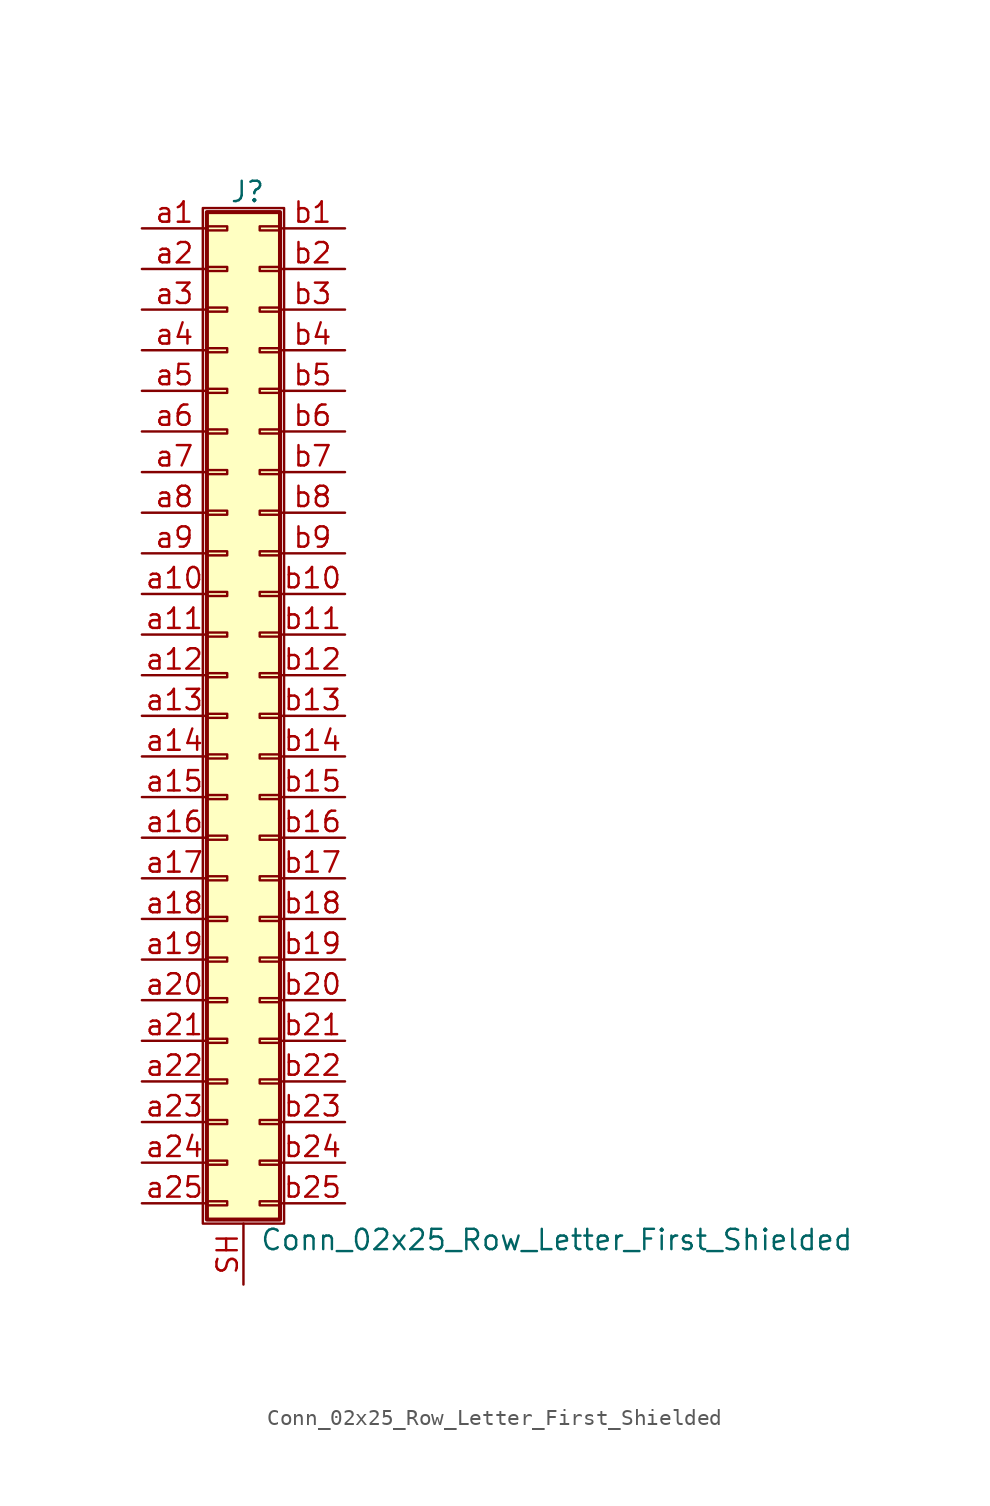
<source format=kicad_sym>
(kicad_symbol_lib
  (version 20201005)
  (generator kicad_symbol_editor)
  (symbol "Connector_Generic_Shielded:Conn_02x25_Row_Letter_First_Shielded"
    (pin_names
      (offset 1.016) hide)
    (property "Reference" "J"
      (at 1.524 32.766 0)
      (effects (font (size 1.27 1.27))))
    (property "Value" "Conn_02x25_Row_Letter_First_Shielded"
      (at 2.286 -32.766 0)
      (effects (font (size 1.27 1.27)) (justify left)))
    (symbol "Conn_02x25_Row_Letter_First_Shielded_1_1"
      (rectangle (start -1.016 -27.813) (end 0.254 -28.067) (stroke (width 0.152)) (fill (type none)))
      (rectangle (start -1.016 -30.353) (end 0.254 -30.607) (stroke (width 0.152)) (fill (type none)))
      (rectangle (start -1.016 -4.953) (end 0.254 -5.207) (stroke (width 0.152)) (fill (type none)))
      (rectangle (start -1.016 -7.493) (end 0.254 -7.747) (stroke (width 0.152)) (fill (type none)))
      (rectangle (start -1.016 -10.033) (end 0.254 -10.287) (stroke (width 0.152)) (fill (type none)))
      (rectangle (start -1.016 -12.573) (end 0.254 -12.827) (stroke (width 0.152)) (fill (type none)))
      (rectangle (start -1.016 -15.113) (end 0.254 -15.367) (stroke (width 0.152)) (fill (type none)))
      (rectangle (start -1.016 -17.653) (end 0.254 -17.907) (stroke (width 0.152)) (fill (type none)))
      (rectangle (start -1.016 -20.193) (end 0.254 -20.447) (stroke (width 0.152)) (fill (type none)))
      (rectangle (start -1.016 -22.733) (end 0.254 -22.987) (stroke (width 0.152)) (fill (type none)))
      (rectangle (start -1.016 -2.413) (end 0.254 -2.667) (stroke (width 0.152)) (fill (type none)))
      (rectangle (start -1.016 -25.273) (end 0.254 -25.527) (stroke (width 0.152)) (fill (type none)))
      (rectangle (start -1.016 25.527) (end 0.254 25.273) (stroke (width 0.152)) (fill (type none)))
      (rectangle (start -1.016 2.667) (end 0.254 2.413) (stroke (width 0.152)) (fill (type none)))
      (rectangle (start -1.016 28.067) (end 0.254 27.813) (stroke (width 0.152)) (fill (type none)))
      (rectangle (start -1.016 30.607) (end 0.254 30.353) (stroke (width 0.152)) (fill (type none)))
      (rectangle (start -1.016 31.496) (end 3.556 -31.496) (stroke (width 0.254)) (fill (type background)))
      (rectangle (start -1.016 5.207) (end 0.254 4.953) (stroke (width 0.152)) (fill (type none)))
      (rectangle (start -1.016 7.747) (end 0.254 7.493) (stroke (width 0.152)) (fill (type none)))
      (rectangle (start -1.016 10.287) (end 0.254 10.033) (stroke (width 0.152)) (fill (type none)))
      (rectangle (start -1.016 0.127) (end 0.254 -0.127) (stroke (width 0.152)) (fill (type none)))
      (rectangle (start -1.016 12.827) (end 0.254 12.573) (stroke (width 0.152)) (fill (type none)))
      (rectangle (start -1.016 15.367) (end 0.254 15.113) (stroke (width 0.152)) (fill (type none)))
      (rectangle (start -1.016 17.907) (end 0.254 17.653) (stroke (width 0.152)) (fill (type none)))
      (rectangle (start -1.016 20.447) (end 0.254 20.193) (stroke (width 0.152)) (fill (type none)))
      (rectangle (start -1.016 22.987) (end 0.254 22.733) (stroke (width 0.152)) (fill (type none)))
      (rectangle (start -1.27 31.75) (end 3.81 -31.75) (stroke (width 0.152)) (fill (type none)))
      (rectangle (start 3.556 -27.813) (end 2.286 -28.067) (stroke (width 0.152)) (fill (type none)))
      (rectangle (start 3.556 -30.353) (end 2.286 -30.607) (stroke (width 0.152)) (fill (type none)))
      (rectangle (start 3.556 -4.953) (end 2.286 -5.207) (stroke (width 0.152)) (fill (type none)))
      (rectangle (start 3.556 -7.493) (end 2.286 -7.747) (stroke (width 0.152)) (fill (type none)))
      (rectangle (start 3.556 -10.033) (end 2.286 -10.287) (stroke (width 0.152)) (fill (type none)))
      (rectangle (start 3.556 -12.573) (end 2.286 -12.827) (stroke (width 0.152)) (fill (type none)))
      (rectangle (start 3.556 -15.113) (end 2.286 -15.367) (stroke (width 0.152)) (fill (type none)))
      (rectangle (start 3.556 -17.653) (end 2.286 -17.907) (stroke (width 0.152)) (fill (type none)))
      (rectangle (start 3.556 -20.193) (end 2.286 -20.447) (stroke (width 0.152)) (fill (type none)))
      (rectangle (start 3.556 -22.733) (end 2.286 -22.987) (stroke (width 0.152)) (fill (type none)))
      (rectangle (start 3.556 -2.413) (end 2.286 -2.667) (stroke (width 0.152)) (fill (type none)))
      (rectangle (start 3.556 -25.273) (end 2.286 -25.527) (stroke (width 0.152)) (fill (type none)))
      (rectangle (start 3.556 25.527) (end 2.286 25.273) (stroke (width 0.152)) (fill (type none)))
      (rectangle (start 3.556 2.667) (end 2.286 2.413) (stroke (width 0.152)) (fill (type none)))
      (rectangle (start 3.556 28.067) (end 2.286 27.813) (stroke (width 0.152)) (fill (type none)))
      (rectangle (start 3.556 30.607) (end 2.286 30.353) (stroke (width 0.152)) (fill (type none)))
      (rectangle (start 3.556 5.207) (end 2.286 4.953) (stroke (width 0.152)) (fill (type none)))
      (rectangle (start 3.556 7.747) (end 2.286 7.493) (stroke (width 0.152)) (fill (type none)))
      (rectangle (start 3.556 10.287) (end 2.286 10.033) (stroke (width 0.152)) (fill (type none)))
      (rectangle (start 3.556 0.127) (end 2.286 -0.127) (stroke (width 0.152)) (fill (type none)))
      (rectangle (start 3.556 12.827) (end 2.286 12.573) (stroke (width 0.152)) (fill (type none)))
      (rectangle (start 3.556 15.367) (end 2.286 15.113) (stroke (width 0.152)) (fill (type none)))
      (rectangle (start 3.556 17.907) (end 2.286 17.653) (stroke (width 0.152)) (fill (type none)))
      (rectangle (start 3.556 20.447) (end 2.286 20.193) (stroke (width 0.152)) (fill (type none)))
      (rectangle (start 3.556 22.987) (end 2.286 22.733) (stroke (width 0.152)) (fill (type none)))
      (pin passive line (at -5.08 30.48 0) (length 4.064) (name "Pin_a1" (effects (font (size 1.27 1.27)))) (number "a1" (effects (font (size 1.27 1.27)))))
      (pin passive line (at -5.08 7.62 0) (length 4.064) (name "Pin_a10" (effects (font (size 1.27 1.27)))) (number "a10" (effects (font (size 1.27 1.27)))))
      (pin passive line (at -5.08 5.08 0) (length 4.064) (name "Pin_a11" (effects (font (size 1.27 1.27)))) (number "a11" (effects (font (size 1.27 1.27)))))
      (pin passive line (at -5.08 2.54 0) (length 4.064) (name "Pin_a12" (effects (font (size 1.27 1.27)))) (number "a12" (effects (font (size 1.27 1.27)))))
      (pin passive line (at -5.08 0 0) (length 4.064) (name "Pin_a13" (effects (font (size 1.27 1.27)))) (number "a13" (effects (font (size 1.27 1.27)))))
      (pin passive line (at -5.08 -2.54 0) (length 4.064) (name "Pin_a14" (effects (font (size 1.27 1.27)))) (number "a14" (effects (font (size 1.27 1.27)))))
      (pin passive line (at -5.08 -5.08 0) (length 4.064) (name "Pin_a15" (effects (font (size 1.27 1.27)))) (number "a15" (effects (font (size 1.27 1.27)))))
      (pin passive line (at -5.08 -7.62 0) (length 4.064) (name "Pin_a16" (effects (font (size 1.27 1.27)))) (number "a16" (effects (font (size 1.27 1.27)))))
      (pin passive line (at -5.08 -10.16 0) (length 4.064) (name "Pin_a17" (effects (font (size 1.27 1.27)))) (number "a17" (effects (font (size 1.27 1.27)))))
      (pin passive line (at -5.08 -12.7 0) (length 4.064) (name "Pin_a18" (effects (font (size 1.27 1.27)))) (number "a18" (effects (font (size 1.27 1.27)))))
      (pin passive line (at -5.08 -15.24 0) (length 4.064) (name "Pin_a19" (effects (font (size 1.27 1.27)))) (number "a19" (effects (font (size 1.27 1.27)))))
      (pin passive line (at -5.08 27.94 0) (length 4.064) (name "Pin_a2" (effects (font (size 1.27 1.27)))) (number "a2" (effects (font (size 1.27 1.27)))))
      (pin passive line (at -5.08 -17.78 0) (length 4.064) (name "Pin_a20" (effects (font (size 1.27 1.27)))) (number "a20" (effects (font (size 1.27 1.27)))))
      (pin passive line (at -5.08 -20.32 0) (length 4.064) (name "Pin_a21" (effects (font (size 1.27 1.27)))) (number "a21" (effects (font (size 1.27 1.27)))))
      (pin passive line (at -5.08 -22.86 0) (length 4.064) (name "Pin_a22" (effects (font (size 1.27 1.27)))) (number "a22" (effects (font (size 1.27 1.27)))))
      (pin passive line (at -5.08 -25.4 0) (length 4.064) (name "Pin_a23" (effects (font (size 1.27 1.27)))) (number "a23" (effects (font (size 1.27 1.27)))))
      (pin passive line (at -5.08 -27.94 0) (length 4.064) (name "Pin_a24" (effects (font (size 1.27 1.27)))) (number "a24" (effects (font (size 1.27 1.27)))))
      (pin passive line (at -5.08 -30.48 0) (length 4.064) (name "Pin_a25" (effects (font (size 1.27 1.27)))) (number "a25" (effects (font (size 1.27 1.27)))))
      (pin passive line (at -5.08 25.4 0) (length 4.064) (name "Pin_a3" (effects (font (size 1.27 1.27)))) (number "a3" (effects (font (size 1.27 1.27)))))
      (pin passive line (at -5.08 22.86 0) (length 4.064) (name "Pin_a4" (effects (font (size 1.27 1.27)))) (number "a4" (effects (font (size 1.27 1.27)))))
      (pin passive line (at -5.08 20.32 0) (length 4.064) (name "Pin_a5" (effects (font (size 1.27 1.27)))) (number "a5" (effects (font (size 1.27 1.27)))))
      (pin passive line (at -5.08 17.78 0) (length 4.064) (name "Pin_a6" (effects (font (size 1.27 1.27)))) (number "a6" (effects (font (size 1.27 1.27)))))
      (pin passive line (at -5.08 15.24 0) (length 4.064) (name "Pin_a7" (effects (font (size 1.27 1.27)))) (number "a7" (effects (font (size 1.27 1.27)))))
      (pin passive line (at -5.08 12.7 0) (length 4.064) (name "Pin_a8" (effects (font (size 1.27 1.27)))) (number "a8" (effects (font (size 1.27 1.27)))))
      (pin passive line (at -5.08 10.16 0) (length 4.064) (name "Pin_a9" (effects (font (size 1.27 1.27)))) (number "a9" (effects (font (size 1.27 1.27)))))
      (pin passive line (at 7.62 30.48 180) (length 4.064) (name "Pin_b1" (effects (font (size 1.27 1.27)))) (number "b1" (effects (font (size 1.27 1.27)))))
      (pin passive line (at 7.62 7.62 180) (length 4.064) (name "Pin_b10" (effects (font (size 1.27 1.27)))) (number "b10" (effects (font (size 1.27 1.27)))))
      (pin passive line (at 7.62 5.08 180) (length 4.064) (name "Pin_b11" (effects (font (size 1.27 1.27)))) (number "b11" (effects (font (size 1.27 1.27)))))
      (pin passive line (at 7.62 2.54 180) (length 4.064) (name "Pin_b12" (effects (font (size 1.27 1.27)))) (number "b12" (effects (font (size 1.27 1.27)))))
      (pin passive line (at 7.62 0 180) (length 4.064) (name "Pin_b13" (effects (font (size 1.27 1.27)))) (number "b13" (effects (font (size 1.27 1.27)))))
      (pin passive line (at 7.62 -2.54 180) (length 4.064) (name "Pin_b14" (effects (font (size 1.27 1.27)))) (number "b14" (effects (font (size 1.27 1.27)))))
      (pin passive line (at 7.62 -5.08 180) (length 4.064) (name "Pin_b15" (effects (font (size 1.27 1.27)))) (number "b15" (effects (font (size 1.27 1.27)))))
      (pin passive line (at 7.62 -7.62 180) (length 4.064) (name "Pin_b16" (effects (font (size 1.27 1.27)))) (number "b16" (effects (font (size 1.27 1.27)))))
      (pin passive line (at 7.62 -10.16 180) (length 4.064) (name "Pin_b17" (effects (font (size 1.27 1.27)))) (number "b17" (effects (font (size 1.27 1.27)))))
      (pin passive line (at 7.62 -12.7 180) (length 4.064) (name "Pin_b18" (effects (font (size 1.27 1.27)))) (number "b18" (effects (font (size 1.27 1.27)))))
      (pin passive line (at 7.62 -15.24 180) (length 4.064) (name "Pin_b19" (effects (font (size 1.27 1.27)))) (number "b19" (effects (font (size 1.27 1.27)))))
      (pin passive line (at 7.62 27.94 180) (length 4.064) (name "Pin_b2" (effects (font (size 1.27 1.27)))) (number "b2" (effects (font (size 1.27 1.27)))))
      (pin passive line (at 7.62 -17.78 180) (length 4.064) (name "Pin_b20" (effects (font (size 1.27 1.27)))) (number "b20" (effects (font (size 1.27 1.27)))))
      (pin passive line (at 7.62 -20.32 180) (length 4.064) (name "Pin_b21" (effects (font (size 1.27 1.27)))) (number "b21" (effects (font (size 1.27 1.27)))))
      (pin passive line (at 7.62 -22.86 180) (length 4.064) (name "Pin_b22" (effects (font (size 1.27 1.27)))) (number "b22" (effects (font (size 1.27 1.27)))))
      (pin passive line (at 7.62 -25.4 180) (length 4.064) (name "Pin_b23" (effects (font (size 1.27 1.27)))) (number "b23" (effects (font (size 1.27 1.27)))))
      (pin passive line (at 7.62 -27.94 180) (length 4.064) (name "Pin_b24" (effects (font (size 1.27 1.27)))) (number "b24" (effects (font (size 1.27 1.27)))))
      (pin passive line (at 7.62 -30.48 180) (length 4.064) (name "Pin_b25" (effects (font (size 1.27 1.27)))) (number "b25" (effects (font (size 1.27 1.27)))))
      (pin passive line (at 7.62 25.4 180) (length 4.064) (name "Pin_b3" (effects (font (size 1.27 1.27)))) (number "b3" (effects (font (size 1.27 1.27)))))
      (pin passive line (at 7.62 22.86 180) (length 4.064) (name "Pin_b4" (effects (font (size 1.27 1.27)))) (number "b4" (effects (font (size 1.27 1.27)))))
      (pin passive line (at 7.62 20.32 180) (length 4.064) (name "Pin_b5" (effects (font (size 1.27 1.27)))) (number "b5" (effects (font (size 1.27 1.27)))))
      (pin passive line (at 7.62 17.78 180) (length 4.064) (name "Pin_b6" (effects (font (size 1.27 1.27)))) (number "b6" (effects (font (size 1.27 1.27)))))
      (pin passive line (at 7.62 15.24 180) (length 4.064) (name "Pin_b7" (effects (font (size 1.27 1.27)))) (number "b7" (effects (font (size 1.27 1.27)))))
      (pin passive line (at 7.62 12.7 180) (length 4.064) (name "Pin_b8" (effects (font (size 1.27 1.27)))) (number "b8" (effects (font (size 1.27 1.27)))))
      (pin passive line (at 7.62 10.16 180) (length 4.064) (name "Pin_b9" (effects (font (size 1.27 1.27)))) (number "b9" (effects (font (size 1.27 1.27)))))
      (pin passive line (at 1.27 -35.56 90) (length 3.81) (name "Shield" (effects (font (size 1.27 1.27)))) (number "SH" (effects (font (size 1.27 1.27))))))))
</source>
